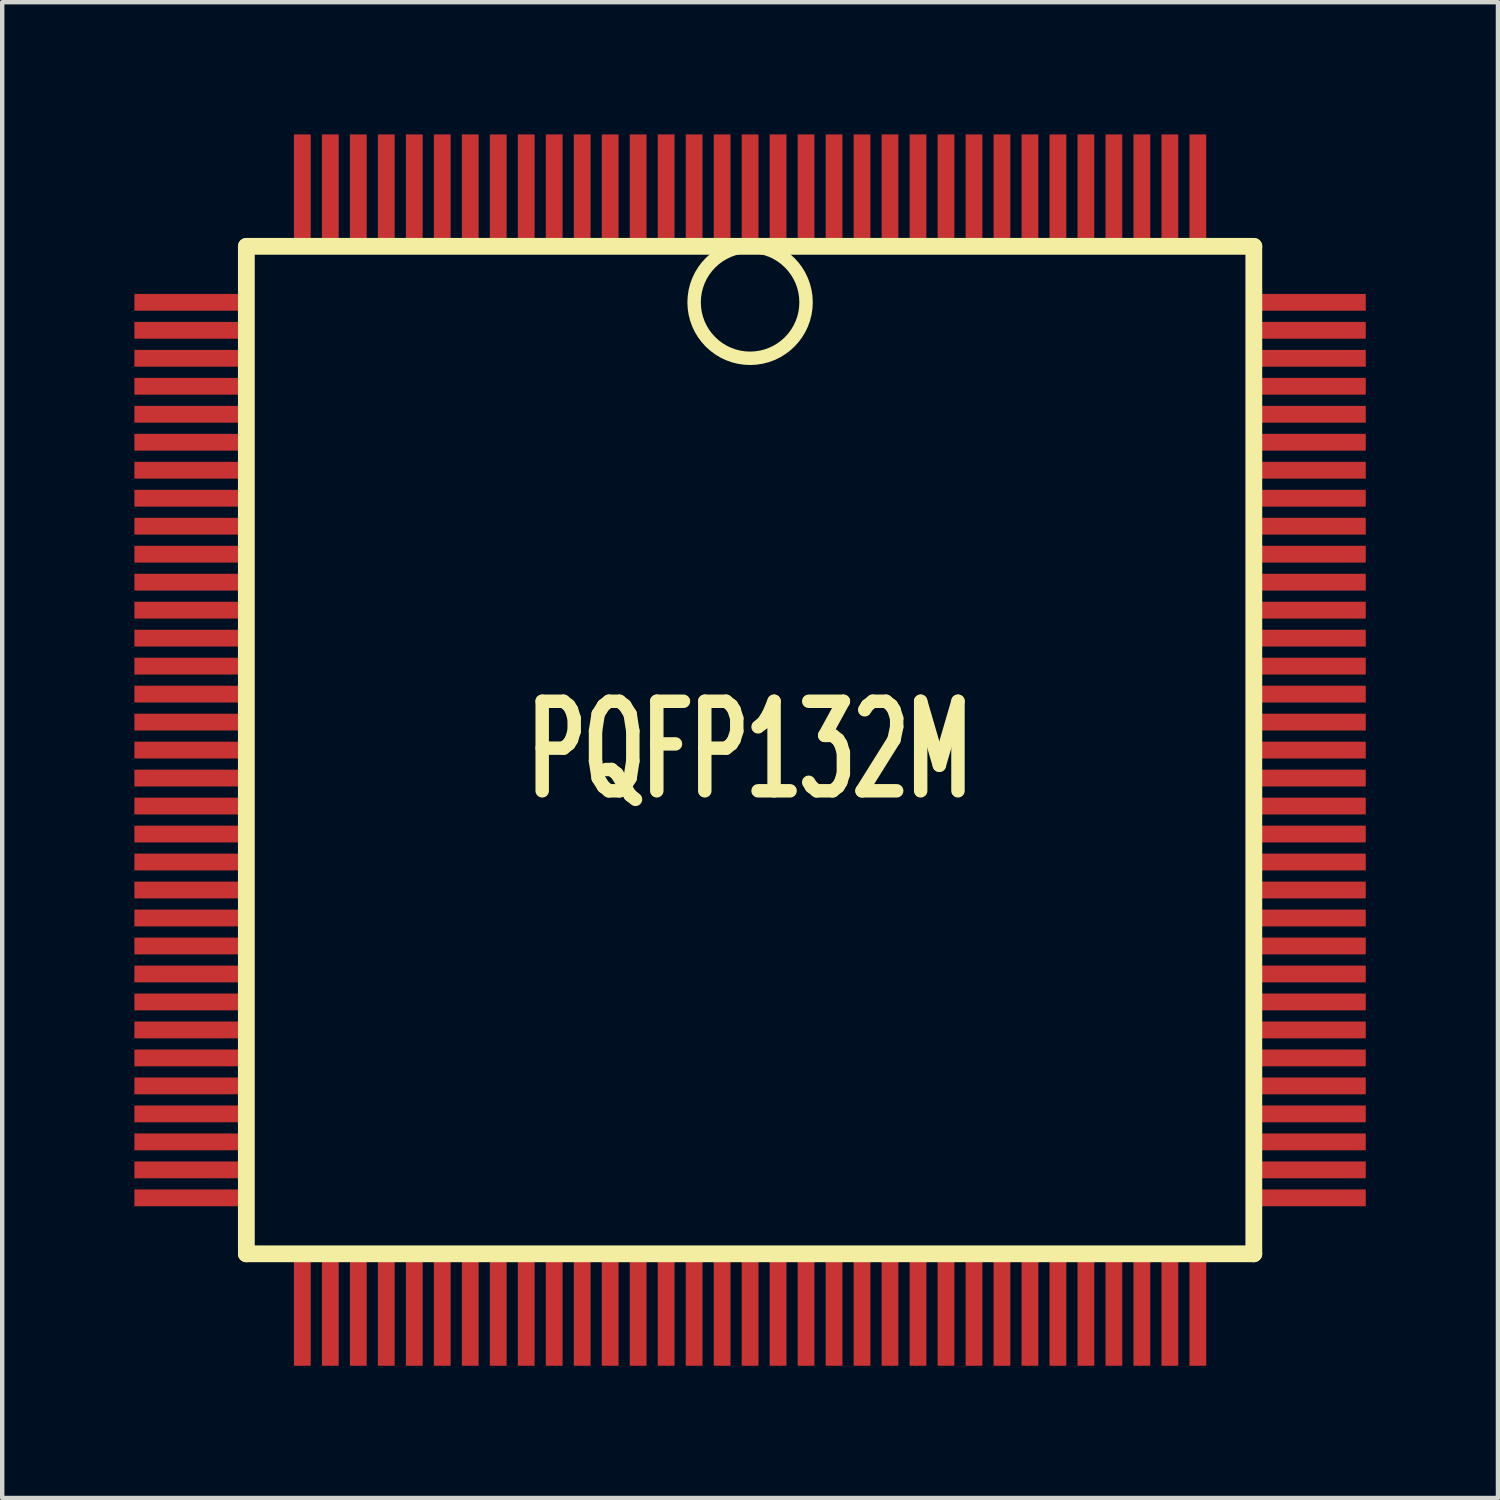
<source format=kicad_pcb>
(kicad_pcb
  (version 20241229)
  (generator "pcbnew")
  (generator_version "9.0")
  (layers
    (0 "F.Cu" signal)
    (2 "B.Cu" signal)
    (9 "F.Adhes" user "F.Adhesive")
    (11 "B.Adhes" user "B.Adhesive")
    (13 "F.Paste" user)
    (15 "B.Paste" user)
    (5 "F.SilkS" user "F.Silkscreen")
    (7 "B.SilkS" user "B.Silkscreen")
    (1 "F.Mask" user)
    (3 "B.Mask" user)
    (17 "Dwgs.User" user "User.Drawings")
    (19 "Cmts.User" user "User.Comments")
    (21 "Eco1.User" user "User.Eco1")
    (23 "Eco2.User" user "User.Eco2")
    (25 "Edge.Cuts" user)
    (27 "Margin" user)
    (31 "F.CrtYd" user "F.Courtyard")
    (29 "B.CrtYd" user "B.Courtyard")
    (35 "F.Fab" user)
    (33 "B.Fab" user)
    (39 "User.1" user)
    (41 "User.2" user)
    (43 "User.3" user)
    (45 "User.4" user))
  (footprint "PQFP132M"
    (layer "F.Cu")
    (at 13.97 13.97)
    (property "Reference" "PQFP132M" (at 0 0 0) (layer "F.SilkS") (effects (font (size 2.032 1.27) (thickness 0.305))))
    (attr smd)
    (fp_line (start -11.43 -11.43) (end 11.43 -11.43) (stroke (width 0.381) (type solid)) (layer "F.SilkS"))
    (fp_line (start -11.43 11.43) (end -11.43 -11.43) (stroke (width 0.381) (type solid)) (layer "F.SilkS"))
    (fp_line (start 11.43 -11.43) (end 11.43 11.43) (stroke (width 0.381) (type solid)) (layer "F.SilkS"))
    (fp_line (start 11.43 11.43) (end -11.43 11.43) (stroke (width 0.381) (type solid)) (layer "F.SilkS"))
    (fp_circle (center 0 -10.16) (end 0 -11.43) (stroke (width 0.305) (type solid)) (fill no) (layer "F.SilkS"))
    (pad "1" smd rect (at 0 -12.7) (size 0.381 2.54) (layers "F.Cu" "F.Mask" "F.Paste"))
    (pad "2" smd rect (at -0.635 -12.7) (size 0.381 2.54) (layers "F.Cu" "F.Mask" "F.Paste"))
    (pad "3" smd rect (at -1.27 -12.7) (size 0.381 2.54) (layers "F.Cu" "F.Mask" "F.Paste"))
    (pad "4" smd rect (at -1.905 -12.7) (size 0.381 2.54) (layers "F.Cu" "F.Mask" "F.Paste"))
    (pad "5" smd rect (at -2.54 -12.7) (size 0.381 2.54) (layers "F.Cu" "F.Mask" "F.Paste"))
    (pad "6" smd rect (at -3.175 -12.7) (size 0.381 2.54) (layers "F.Cu" "F.Mask" "F.Paste"))
    (pad "7" smd rect (at -3.81 -12.7) (size 0.381 2.54) (layers "F.Cu" "F.Mask" "F.Paste"))
    (pad "8" smd rect (at -4.445 -12.7) (size 0.381 2.54) (layers "F.Cu" "F.Mask" "F.Paste"))
    (pad "9" smd rect (at -5.08 -12.7) (size 0.381 2.54) (layers "F.Cu" "F.Mask" "F.Paste"))
    (pad "10" smd rect (at -5.715 -12.7) (size 0.381 2.54) (layers "F.Cu" "F.Mask" "F.Paste"))
    (pad "11" smd rect (at -6.35 -12.7) (size 0.381 2.54) (layers "F.Cu" "F.Mask" "F.Paste"))
    (pad "12" smd rect (at -6.985 -12.7) (size 0.381 2.54) (layers "F.Cu" "F.Mask" "F.Paste"))
    (pad "13" smd rect (at -7.62 -12.7) (size 0.381 2.54) (layers "F.Cu" "F.Mask" "F.Paste"))
    (pad "14" smd rect (at -8.255 -12.7) (size 0.381 2.54) (layers "F.Cu" "F.Mask" "F.Paste"))
    (pad "15" smd rect (at -8.89 -12.7) (size 0.381 2.54) (layers "F.Cu" "F.Mask" "F.Paste"))
    (pad "16" smd rect (at -9.525 -12.7) (size 0.381 2.54) (layers "F.Cu" "F.Mask" "F.Paste"))
    (pad "17" smd rect (at -10.16 -12.7) (size 0.381 2.54) (layers "F.Cu" "F.Mask" "F.Paste"))
    (pad "18" smd rect (at -12.7 -10.16) (size 2.54 0.381) (layers "F.Cu" "F.Mask" "F.Paste"))
    (pad "19" smd rect (at -12.7 -9.525) (size 2.54 0.381) (layers "F.Cu" "F.Mask" "F.Paste"))
    (pad "20" smd rect (at -12.7 -8.89) (size 2.54 0.381) (layers "F.Cu" "F.Mask" "F.Paste"))
    (pad "21" smd rect (at -12.7 -8.255) (size 2.54 0.381) (layers "F.Cu" "F.Mask" "F.Paste"))
    (pad "22" smd rect (at -12.7 -7.62) (size 2.54 0.381) (layers "F.Cu" "F.Mask" "F.Paste"))
    (pad "23" smd rect (at -12.7 -6.985) (size 2.54 0.381) (layers "F.Cu" "F.Mask" "F.Paste"))
    (pad "24" smd rect (at -12.7 -6.35) (size 2.54 0.381) (layers "F.Cu" "F.Mask" "F.Paste"))
    (pad "25" smd rect (at -12.7 -5.715) (size 2.54 0.381) (layers "F.Cu" "F.Mask" "F.Paste"))
    (pad "26" smd rect (at -12.7 -5.08) (size 2.54 0.381) (layers "F.Cu" "F.Mask" "F.Paste"))
    (pad "27" smd rect (at -12.7 -4.445) (size 2.54 0.381) (layers "F.Cu" "F.Mask" "F.Paste"))
    (pad "28" smd rect (at -12.7 -3.81) (size 2.54 0.381) (layers "F.Cu" "F.Mask" "F.Paste"))
    (pad "29" smd rect (at -12.7 -3.175) (size 2.54 0.381) (layers "F.Cu" "F.Mask" "F.Paste"))
    (pad "30" smd rect (at -12.7 -2.54) (size 2.54 0.381) (layers "F.Cu" "F.Mask" "F.Paste"))
    (pad "31" smd rect (at -12.7 -1.905) (size 2.54 0.381) (layers "F.Cu" "F.Mask" "F.Paste"))
    (pad "32" smd rect (at -12.7 -1.27) (size 2.54 0.381) (layers "F.Cu" "F.Mask" "F.Paste"))
    (pad "33" smd rect (at -12.7 -0.635) (size 2.54 0.381) (layers "F.Cu" "F.Mask" "F.Paste"))
    (pad "34" smd rect (at -12.7 0) (size 2.54 0.381) (layers "F.Cu" "F.Mask" "F.Paste"))
    (pad "35" smd rect (at -12.7 0.635) (size 2.54 0.381) (layers "F.Cu" "F.Mask" "F.Paste"))
    (pad "36" smd rect (at -12.7 1.27) (size 2.54 0.381) (layers "F.Cu" "F.Mask" "F.Paste"))
    (pad "37" smd rect (at -12.7 1.905) (size 2.54 0.381) (layers "F.Cu" "F.Mask" "F.Paste"))
    (pad "38" smd rect (at -12.7 2.54) (size 2.54 0.381) (layers "F.Cu" "F.Mask" "F.Paste"))
    (pad "39" smd rect (at -12.7 3.175) (size 2.54 0.381) (layers "F.Cu" "F.Mask" "F.Paste"))
    (pad "40" smd rect (at -12.7 3.81) (size 2.54 0.381) (layers "F.Cu" "F.Mask" "F.Paste"))
    (pad "41" smd rect (at -12.7 4.445) (size 2.54 0.381) (layers "F.Cu" "F.Mask" "F.Paste"))
    (pad "42" smd rect (at -12.7 5.08) (size 2.54 0.381) (layers "F.Cu" "F.Mask" "F.Paste"))
    (pad "43" smd rect (at -12.7 5.715) (size 2.54 0.381) (layers "F.Cu" "F.Mask" "F.Paste"))
    (pad "44" smd rect (at -12.7 6.35) (size 2.54 0.381) (layers "F.Cu" "F.Mask" "F.Paste"))
    (pad "45" smd rect (at -12.7 6.985) (size 2.54 0.381) (layers "F.Cu" "F.Mask" "F.Paste"))
    (pad "46" smd rect (at -12.7 7.62) (size 2.54 0.381) (layers "F.Cu" "F.Mask" "F.Paste"))
    (pad "47" smd rect (at -12.7 8.255) (size 2.54 0.381) (layers "F.Cu" "F.Mask" "F.Paste"))
    (pad "48" smd rect (at -12.7 8.89) (size 2.54 0.381) (layers "F.Cu" "F.Mask" "F.Paste"))
    (pad "49" smd rect (at -12.7 9.525) (size 2.54 0.381) (layers "F.Cu" "F.Mask" "F.Paste"))
    (pad "50" smd rect (at -12.7 10.16) (size 2.54 0.381) (layers "F.Cu" "F.Mask" "F.Paste"))
    (pad "51" smd rect (at -10.16 12.7) (size 0.381 2.54) (layers "F.Cu" "F.Mask" "F.Paste"))
    (pad "52" smd rect (at -9.525 12.7) (size 0.381 2.54) (layers "F.Cu" "F.Mask" "F.Paste"))
    (pad "53" smd rect (at -8.89 12.7) (size 0.381 2.54) (layers "F.Cu" "F.Mask" "F.Paste"))
    (pad "54" smd rect (at -8.255 12.7) (size 0.381 2.54) (layers "F.Cu" "F.Mask" "F.Paste"))
    (pad "55" smd rect (at -7.62 12.7) (size 0.381 2.54) (layers "F.Cu" "F.Mask" "F.Paste"))
    (pad "56" smd rect (at -6.985 12.7) (size 0.381 2.54) (layers "F.Cu" "F.Mask" "F.Paste"))
    (pad "57" smd rect (at -6.35 12.7) (size 0.381 2.54) (layers "F.Cu" "F.Mask" "F.Paste"))
    (pad "58" smd rect (at -5.715 12.7) (size 0.381 2.54) (layers "F.Cu" "F.Mask" "F.Paste"))
    (pad "59" smd rect (at -5.08 12.7) (size 0.381 2.54) (layers "F.Cu" "F.Mask" "F.Paste"))
    (pad "60" smd rect (at -4.445 12.7) (size 0.381 2.54) (layers "F.Cu" "F.Mask" "F.Paste"))
    (pad "61" smd rect (at -3.81 12.7) (size 0.381 2.54) (layers "F.Cu" "F.Mask" "F.Paste"))
    (pad "62" smd rect (at -3.175 12.7) (size 0.381 2.54) (layers "F.Cu" "F.Mask" "F.Paste"))
    (pad "63" smd rect (at -2.54 12.7) (size 0.381 2.54) (layers "F.Cu" "F.Mask" "F.Paste"))
    (pad "64" smd rect (at -1.905 12.7) (size 0.381 2.54) (layers "F.Cu" "F.Mask" "F.Paste"))
    (pad "65" smd rect (at -1.27 12.7) (size 0.381 2.54) (layers "F.Cu" "F.Mask" "F.Paste"))
    (pad "66" smd rect (at -0.635 12.7) (size 0.381 2.54) (layers "F.Cu" "F.Mask" "F.Paste"))
    (pad "67" smd rect (at 0 12.7) (size 0.381 2.54) (layers "F.Cu" "F.Mask" "F.Paste"))
    (pad "68" smd rect (at 0.635 12.7) (size 0.381 2.54) (layers "F.Cu" "F.Mask" "F.Paste"))
    (pad "69" smd rect (at 1.27 12.7) (size 0.381 2.54) (layers "F.Cu" "F.Mask" "F.Paste"))
    (pad "70" smd rect (at 1.905 12.7) (size 0.381 2.54) (layers "F.Cu" "F.Mask" "F.Paste"))
    (pad "71" smd rect (at 2.54 12.7) (size 0.381 2.54) (layers "F.Cu" "F.Mask" "F.Paste"))
    (pad "72" smd rect (at 3.175 12.7) (size 0.381 2.54) (layers "F.Cu" "F.Mask" "F.Paste"))
    (pad "73" smd rect (at 3.81 12.7) (size 0.381 2.54) (layers "F.Cu" "F.Mask" "F.Paste"))
    (pad "74" smd rect (at 4.445 12.7) (size 0.381 2.54) (layers "F.Cu" "F.Mask" "F.Paste"))
    (pad "75" smd rect (at 5.08 12.7) (size 0.381 2.54) (layers "F.Cu" "F.Mask" "F.Paste"))
    (pad "76" smd rect (at 5.715 12.7) (size 0.381 2.54) (layers "F.Cu" "F.Mask" "F.Paste"))
    (pad "77" smd rect (at 6.35 12.7) (size 0.381 2.54) (layers "F.Cu" "F.Mask" "F.Paste"))
    (pad "78" smd rect (at 6.985 12.7) (size 0.381 2.54) (layers "F.Cu" "F.Mask" "F.Paste"))
    (pad "79" smd rect (at 7.62 12.7) (size 0.381 2.54) (layers "F.Cu" "F.Mask" "F.Paste"))
    (pad "80" smd rect (at 8.255 12.7) (size 0.381 2.54) (layers "F.Cu" "F.Mask" "F.Paste"))
    (pad "81" smd rect (at 8.89 12.7) (size 0.381 2.54) (layers "F.Cu" "F.Mask" "F.Paste"))
    (pad "82" smd rect (at 9.525 12.7) (size 0.381 2.54) (layers "F.Cu" "F.Mask" "F.Paste"))
    (pad "83" smd rect (at 10.16 12.7) (size 0.381 2.54) (layers "F.Cu" "F.Mask" "F.Paste"))
    (pad "84" smd rect (at 12.7 10.16) (size 2.54 0.381) (layers "F.Cu" "F.Mask" "F.Paste"))
    (pad "85" smd rect (at 12.7 9.525) (size 2.54 0.381) (layers "F.Cu" "F.Mask" "F.Paste"))
    (pad "86" smd rect (at 12.7 8.89) (size 2.54 0.381) (layers "F.Cu" "F.Mask" "F.Paste"))
    (pad "87" smd rect (at 12.7 8.255) (size 2.54 0.381) (layers "F.Cu" "F.Mask" "F.Paste"))
    (pad "88" smd rect (at 12.7 7.62) (size 2.54 0.381) (layers "F.Cu" "F.Mask" "F.Paste"))
    (pad "89" smd rect (at 12.7 6.985) (size 2.54 0.381) (layers "F.Cu" "F.Mask" "F.Paste"))
    (pad "90" smd rect (at 12.7 6.35) (size 2.54 0.381) (layers "F.Cu" "F.Mask" "F.Paste"))
    (pad "91" smd rect (at 12.7 5.715) (size 2.54 0.381) (layers "F.Cu" "F.Mask" "F.Paste"))
    (pad "92" smd rect (at 12.7 5.08) (size 2.54 0.381) (layers "F.Cu" "F.Mask" "F.Paste"))
    (pad "93" smd rect (at 12.7 4.445) (size 2.54 0.381) (layers "F.Cu" "F.Mask" "F.Paste"))
    (pad "94" smd rect (at 12.7 3.81) (size 2.54 0.381) (layers "F.Cu" "F.Mask" "F.Paste"))
    (pad "95" smd rect (at 12.7 3.175) (size 2.54 0.381) (layers "F.Cu" "F.Mask" "F.Paste"))
    (pad "96" smd rect (at 12.7 2.54) (size 2.54 0.381) (layers "F.Cu" "F.Mask" "F.Paste"))
    (pad "97" smd rect (at 12.7 1.905) (size 2.54 0.381) (layers "F.Cu" "F.Mask" "F.Paste"))
    (pad "98" smd rect (at 12.7 1.27) (size 2.54 0.381) (layers "F.Cu" "F.Mask" "F.Paste"))
    (pad "99" smd rect (at 12.7 0.635) (size 2.54 0.381) (layers "F.Cu" "F.Mask" "F.Paste"))
    (pad "100" smd rect (at 12.7 0) (size 2.54 0.381) (layers "F.Cu" "F.Mask" "F.Paste"))
    (pad "101" smd rect (at 12.7 -0.635) (size 2.54 0.381) (layers "F.Cu" "F.Mask" "F.Paste"))
    (pad "102" smd rect (at 12.7 -1.27) (size 2.54 0.381) (layers "F.Cu" "F.Mask" "F.Paste"))
    (pad "103" smd rect (at 12.7 -1.905) (size 2.54 0.381) (layers "F.Cu" "F.Mask" "F.Paste"))
    (pad "104" smd rect (at 12.7 -2.54) (size 2.54 0.381) (layers "F.Cu" "F.Mask" "F.Paste"))
    (pad "105" smd rect (at 12.7 -3.175) (size 2.54 0.381) (layers "F.Cu" "F.Mask" "F.Paste"))
    (pad "106" smd rect (at 12.7 -3.81) (size 2.54 0.381) (layers "F.Cu" "F.Mask" "F.Paste"))
    (pad "107" smd rect (at 12.7 -4.445) (size 2.54 0.381) (layers "F.Cu" "F.Mask" "F.Paste"))
    (pad "108" smd rect (at 12.7 -5.08) (size 2.54 0.381) (layers "F.Cu" "F.Mask" "F.Paste"))
    (pad "109" smd rect (at 12.7 -5.715) (size 2.54 0.381) (layers "F.Cu" "F.Mask" "F.Paste"))
    (pad "110" smd rect (at 12.7 -6.35) (size 2.54 0.381) (layers "F.Cu" "F.Mask" "F.Paste"))
    (pad "111" smd rect (at 12.7 -6.985) (size 2.54 0.381) (layers "F.Cu" "F.Mask" "F.Paste"))
    (pad "112" smd rect (at 12.7 -7.62) (size 2.54 0.381) (layers "F.Cu" "F.Mask" "F.Paste"))
    (pad "113" smd rect (at 12.7 -8.255) (size 2.54 0.381) (layers "F.Cu" "F.Mask" "F.Paste"))
    (pad "114" smd rect (at 12.7 -8.89) (size 2.54 0.381) (layers "F.Cu" "F.Mask" "F.Paste"))
    (pad "115" smd rect (at 12.7 -9.525) (size 2.54 0.381) (layers "F.Cu" "F.Mask" "F.Paste"))
    (pad "116" smd rect (at 12.7 -10.16) (size 2.54 0.381) (layers "F.Cu" "F.Mask" "F.Paste"))
    (pad "117" smd rect (at 10.16 -12.7) (size 0.381 2.54) (layers "F.Cu" "F.Mask" "F.Paste"))
    (pad "118" smd rect (at 9.525 -12.7) (size 0.381 2.54) (layers "F.Cu" "F.Mask" "F.Paste"))
    (pad "119" smd rect (at 8.89 -12.7) (size 0.381 2.54) (layers "F.Cu" "F.Mask" "F.Paste"))
    (pad "120" smd rect (at 8.255 -12.7) (size 0.381 2.54) (layers "F.Cu" "F.Mask" "F.Paste"))
    (pad "121" smd rect (at 7.62 -12.7) (size 0.381 2.54) (layers "F.Cu" "F.Mask" "F.Paste"))
    (pad "122" smd rect (at 6.985 -12.7) (size 0.381 2.54) (layers "F.Cu" "F.Mask" "F.Paste"))
    (pad "123" smd rect (at 6.35 -12.7) (size 0.381 2.54) (layers "F.Cu" "F.Mask" "F.Paste"))
    (pad "124" smd rect (at 5.715 -12.7) (size 0.381 2.54) (layers "F.Cu" "F.Mask" "F.Paste"))
    (pad "125" smd rect (at 5.08 -12.7) (size 0.381 2.54) (layers "F.Cu" "F.Mask" "F.Paste"))
    (pad "126" smd rect (at 4.445 -12.7) (size 0.381 2.54) (layers "F.Cu" "F.Mask" "F.Paste"))
    (pad "127" smd rect (at 3.81 -12.7) (size 0.381 2.54) (layers "F.Cu" "F.Mask" "F.Paste"))
    (pad "128" smd rect (at 3.175 -12.7) (size 0.381 2.54) (layers "F.Cu" "F.Mask" "F.Paste"))
    (pad "129" smd rect (at 2.54 -12.7) (size 0.381 2.54) (layers "F.Cu" "F.Mask" "F.Paste"))
    (pad "130" smd rect (at 1.905 -12.7) (size 0.381 2.54) (layers "F.Cu" "F.Mask" "F.Paste"))
    (pad "131" smd rect (at 1.27 -12.7) (size 0.381 2.54) (layers "F.Cu" "F.Mask" "F.Paste"))
    (pad "132" smd rect (at 0.635 -12.7) (size 0.381 2.54) (layers "F.Cu" "F.Mask" "F.Paste")))
  (gr_rect
    (start -3 -3)
    (end 30.94 30.94)
    (stroke (width 0.1) (type default))
    (fill no)
    (layer "Edge.Cuts")))
</source>
